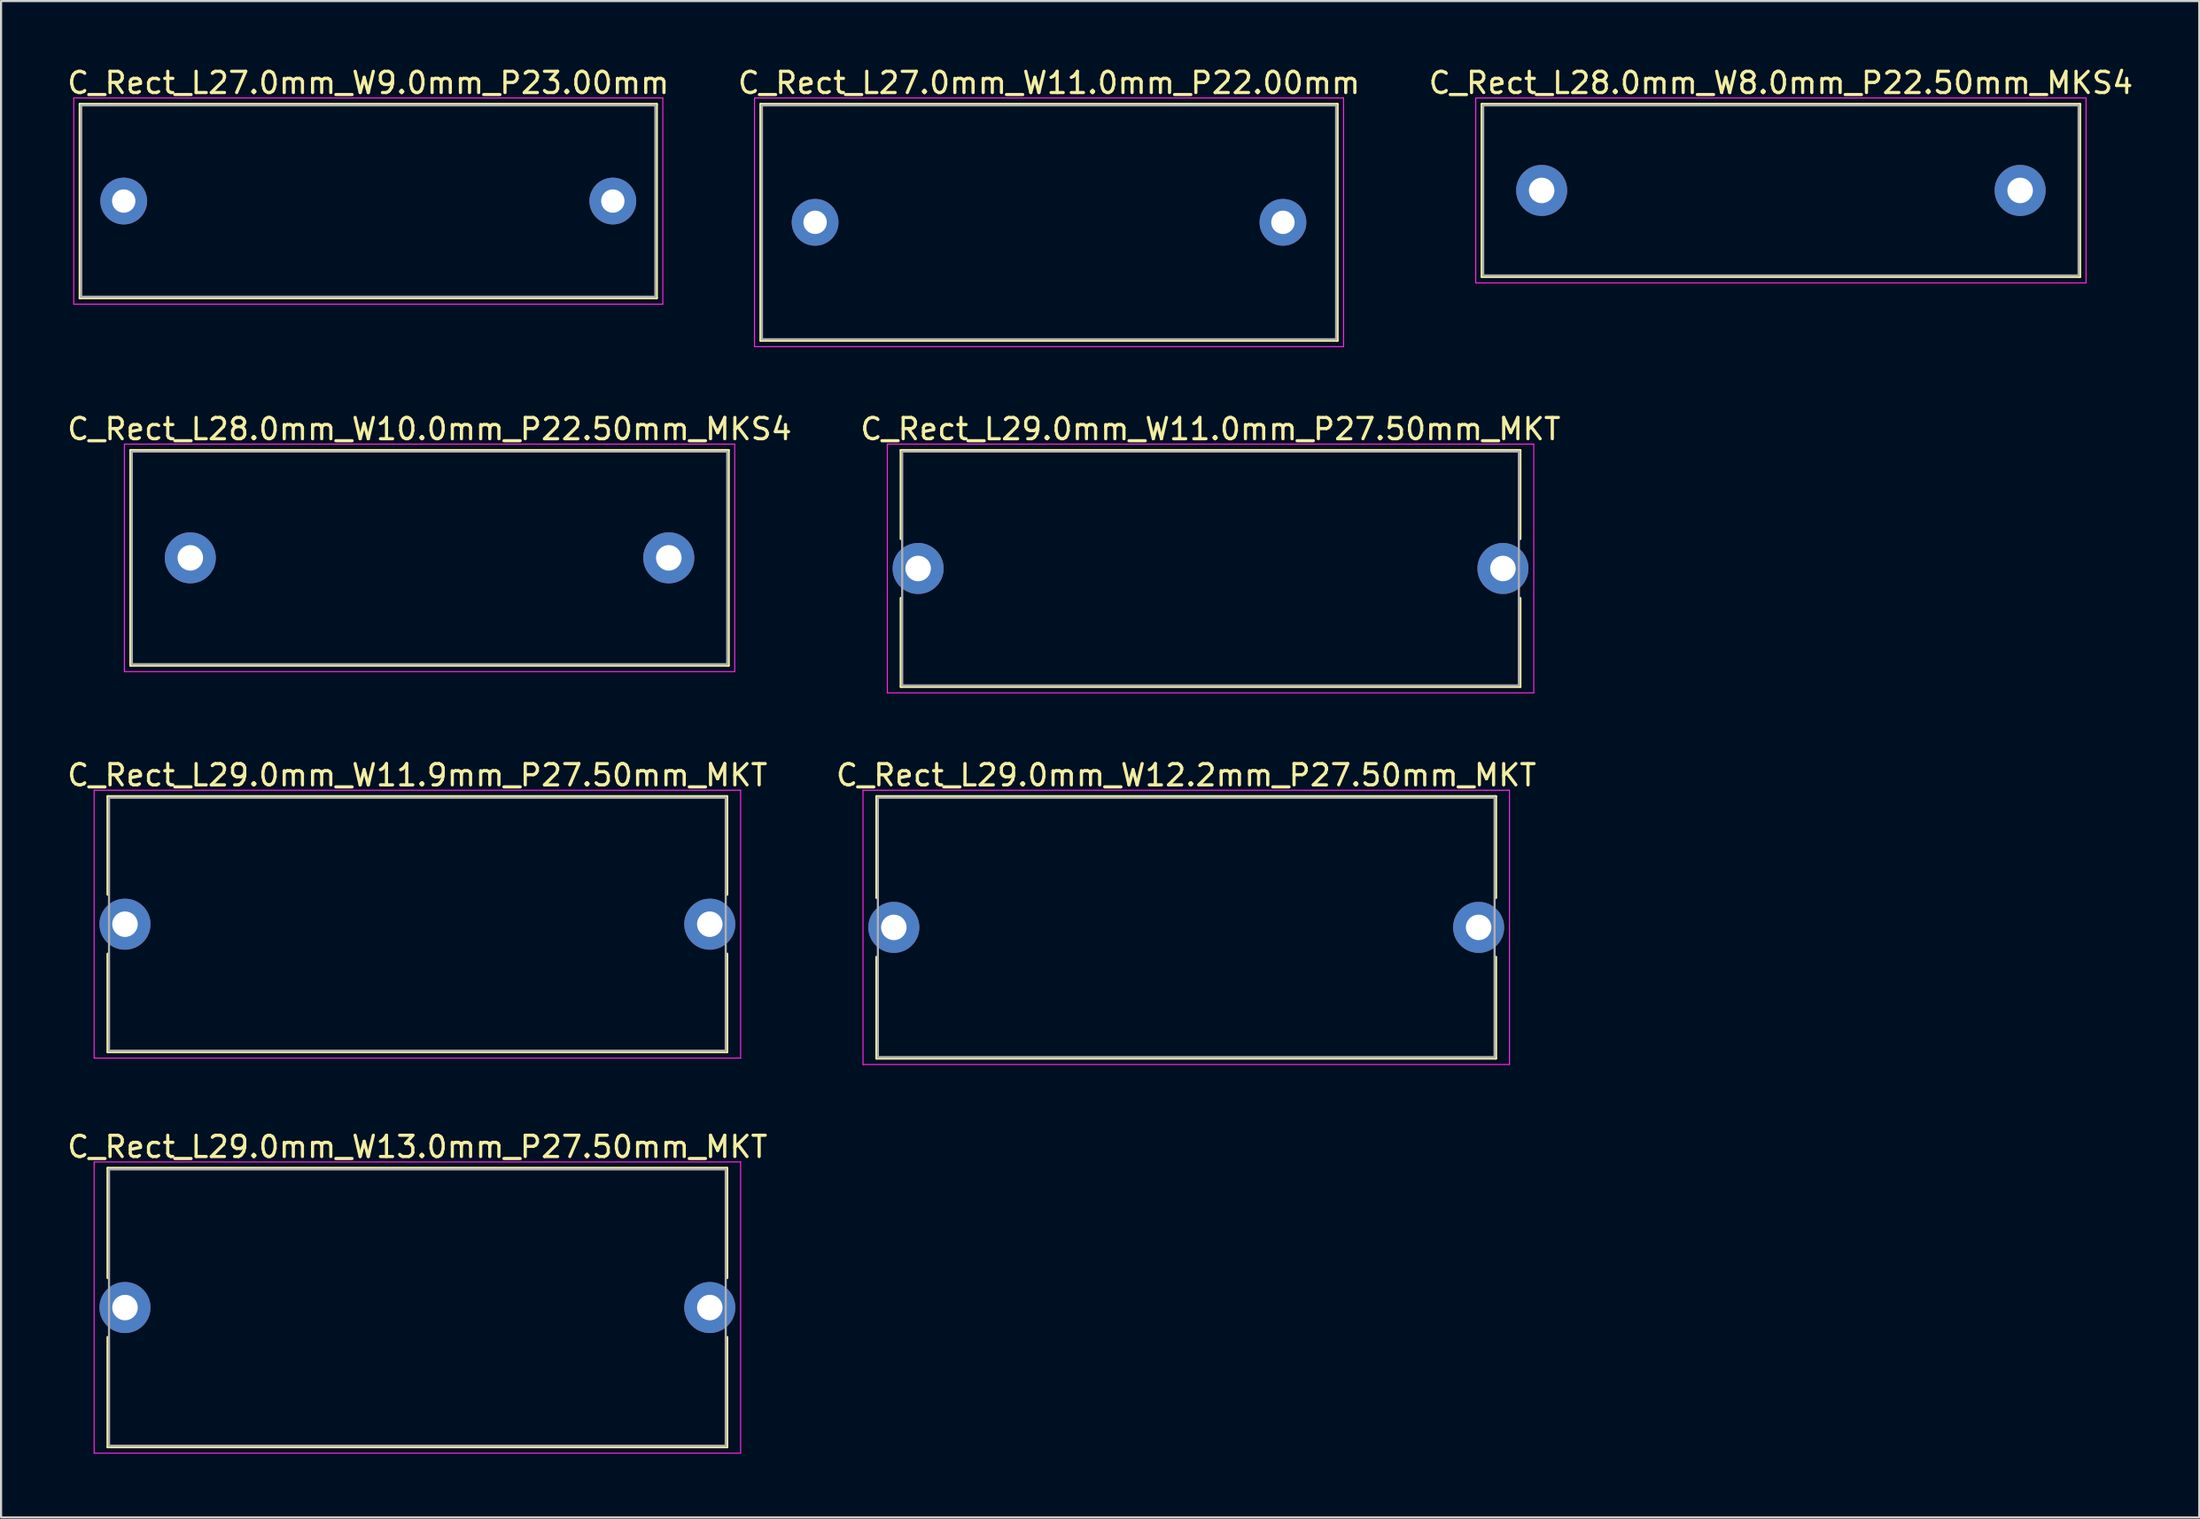
<source format=kicad_pcb>
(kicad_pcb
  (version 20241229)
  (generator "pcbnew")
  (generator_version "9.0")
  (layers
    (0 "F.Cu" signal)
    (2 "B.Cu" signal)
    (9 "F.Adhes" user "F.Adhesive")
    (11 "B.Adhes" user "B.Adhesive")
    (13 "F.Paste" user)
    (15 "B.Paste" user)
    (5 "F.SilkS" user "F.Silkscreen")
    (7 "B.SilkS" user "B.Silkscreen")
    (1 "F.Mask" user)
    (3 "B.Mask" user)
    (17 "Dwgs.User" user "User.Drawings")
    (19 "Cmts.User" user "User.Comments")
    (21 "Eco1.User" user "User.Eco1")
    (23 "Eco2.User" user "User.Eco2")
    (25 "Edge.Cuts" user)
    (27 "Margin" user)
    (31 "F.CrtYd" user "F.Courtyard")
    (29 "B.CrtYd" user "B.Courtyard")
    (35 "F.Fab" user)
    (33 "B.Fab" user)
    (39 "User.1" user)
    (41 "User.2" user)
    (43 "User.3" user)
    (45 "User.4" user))
  (footprint "C_Rect_L29.0mm_W12.2mm_P27.50mm_MKT"
    (layer "F.Cu")
    (at 38.982 40.575)
    (property "Reference" "C_Rect_L29.0mm_W12.2mm_P27.50mm_MKT" (at 13.75 -7.16 0) (layer "F.SilkS") (effects (font (size 1 1) (thickness 0.15))))
    (attr through_hole)
    (fp_line (start -0.81 -6.16) (end -0.81 -1.395) (stroke (width 0.12) (type solid)) (layer "F.SilkS"))
    (fp_line (start -0.81 -6.16) (end 28.31 -6.16) (stroke (width 0.12) (type solid)) (layer "F.SilkS"))
    (fp_line (start -0.81 1.395) (end -0.81 6.16) (stroke (width 0.12) (type solid)) (layer "F.SilkS"))
    (fp_line (start -0.81 6.16) (end 28.31 6.16) (stroke (width 0.12) (type solid)) (layer "F.SilkS"))
    (fp_line (start 28.31 -6.16) (end 28.31 -1.395) (stroke (width 0.12) (type solid)) (layer "F.SilkS"))
    (fp_line (start 28.31 1.395) (end 28.31 6.16) (stroke (width 0.12) (type solid)) (layer "F.SilkS"))
    (fp_line (start -1.45 -6.45) (end -1.45 6.45) (stroke (width 0.05) (type solid)) (layer "F.CrtYd"))
    (fp_line (start -1.45 6.45) (end 28.95 6.45) (stroke (width 0.05) (type solid)) (layer "F.CrtYd"))
    (fp_line (start 28.95 -6.45) (end -1.45 -6.45) (stroke (width 0.05) (type solid)) (layer "F.CrtYd"))
    (fp_line (start 28.95 6.45) (end 28.95 -6.45) (stroke (width 0.05) (type solid)) (layer "F.CrtYd"))
    (fp_line (start -0.75 -6.1) (end -0.75 6.1) (stroke (width 0.1) (type solid)) (layer "F.Fab"))
    (fp_line (start -0.75 6.1) (end 28.25 6.1) (stroke (width 0.1) (type solid)) (layer "F.Fab"))
    (fp_line (start 28.25 -6.1) (end -0.75 -6.1) (stroke (width 0.1) (type solid)) (layer "F.Fab"))
    (fp_line (start 28.25 6.1) (end 28.25 -6.1) (stroke (width 0.1) (type solid)) (layer "F.Fab"))
    (pad "1" thru_hole circle (at 0 0) (size 2.4 2.4) (drill 1.2) (layers "*.Cu" "*.Mask"))
    (pad "2" thru_hole circle (at 27.5 0) (size 2.4 2.4) (drill 1.2) (layers "*.Cu" "*.Mask")))
  (footprint "C_Rect_L27.0mm_W11.0mm_P22.00mm"
    (layer "F.Cu")
    (at 35.28 7.408)
    (property "Reference" "C_Rect_L27.0mm_W11.0mm_P22.00mm" (at 11 -6.56 0) (layer "F.SilkS") (effects (font (size 1 1) (thickness 0.15))))
    (attr through_hole)
    (fp_line (start -2.56 -5.56) (end -2.56 5.56) (stroke (width 0.12) (type solid)) (layer "F.SilkS"))
    (fp_line (start -2.56 -5.56) (end 24.56 -5.56) (stroke (width 0.12) (type solid)) (layer "F.SilkS"))
    (fp_line (start -2.56 5.56) (end 24.56 5.56) (stroke (width 0.12) (type solid)) (layer "F.SilkS"))
    (fp_line (start 24.56 -5.56) (end 24.56 5.56) (stroke (width 0.12) (type solid)) (layer "F.SilkS"))
    (fp_line (start -2.85 -5.85) (end -2.85 5.85) (stroke (width 0.05) (type solid)) (layer "F.CrtYd"))
    (fp_line (start -2.85 5.85) (end 24.85 5.85) (stroke (width 0.05) (type solid)) (layer "F.CrtYd"))
    (fp_line (start 24.85 -5.85) (end -2.85 -5.85) (stroke (width 0.05) (type solid)) (layer "F.CrtYd"))
    (fp_line (start 24.85 5.85) (end 24.85 -5.85) (stroke (width 0.05) (type solid)) (layer "F.CrtYd"))
    (fp_line (start -2.5 -5.5) (end -2.5 5.5) (stroke (width 0.1) (type solid)) (layer "F.Fab"))
    (fp_line (start -2.5 5.5) (end 24.5 5.5) (stroke (width 0.1) (type solid)) (layer "F.Fab"))
    (fp_line (start 24.5 -5.5) (end -2.5 -5.5) (stroke (width 0.1) (type solid)) (layer "F.Fab"))
    (fp_line (start 24.5 5.5) (end 24.5 -5.5) (stroke (width 0.1) (type solid)) (layer "F.Fab"))
    (pad "1" thru_hole circle (at 0 0) (size 2.2 2.2) (drill 1.1) (layers "*.Cu" "*.Mask"))
    (pad "2" thru_hole circle (at 22 0) (size 2.2 2.2) (drill 1.1) (layers "*.Cu" "*.Mask")))
  (footprint "C_Rect_L28.0mm_W10.0mm_P22.50mm_MKS4"
    (layer "F.Cu")
    (at 5.899 23.192)
    (property "Reference" "C_Rect_L28.0mm_W10.0mm_P22.50mm_MKS4" (at 11.25 -6.06 0) (layer "F.SilkS") (effects (font (size 1 1) (thickness 0.15))))
    (attr through_hole)
    (fp_line (start -2.81 -5.06) (end -2.81 5.06) (stroke (width 0.12) (type solid)) (layer "F.SilkS"))
    (fp_line (start -2.81 -5.06) (end 25.31 -5.06) (stroke (width 0.12) (type solid)) (layer "F.SilkS"))
    (fp_line (start -2.81 5.06) (end 25.31 5.06) (stroke (width 0.12) (type solid)) (layer "F.SilkS"))
    (fp_line (start 25.31 -5.06) (end 25.31 5.06) (stroke (width 0.12) (type solid)) (layer "F.SilkS"))
    (fp_line (start -3.1 -5.35) (end -3.1 5.35) (stroke (width 0.05) (type solid)) (layer "F.CrtYd"))
    (fp_line (start -3.1 5.35) (end 25.6 5.35) (stroke (width 0.05) (type solid)) (layer "F.CrtYd"))
    (fp_line (start 25.6 -5.35) (end -3.1 -5.35) (stroke (width 0.05) (type solid)) (layer "F.CrtYd"))
    (fp_line (start 25.6 5.35) (end 25.6 -5.35) (stroke (width 0.05) (type solid)) (layer "F.CrtYd"))
    (fp_line (start -2.75 -5) (end -2.75 5) (stroke (width 0.1) (type solid)) (layer "F.Fab"))
    (fp_line (start -2.75 5) (end 25.25 5) (stroke (width 0.1) (type solid)) (layer "F.Fab"))
    (fp_line (start 25.25 -5) (end -2.75 -5) (stroke (width 0.1) (type solid)) (layer "F.Fab"))
    (fp_line (start 25.25 5) (end 25.25 -5) (stroke (width 0.1) (type solid)) (layer "F.Fab"))
    (pad "1" thru_hole circle (at 0 0) (size 2.4 2.4) (drill 1.2) (layers "*.Cu" "*.Mask"))
    (pad "2" thru_hole circle (at 22.5 0) (size 2.4 2.4) (drill 1.2) (layers "*.Cu" "*.Mask")))
  (footprint "C_Rect_L29.0mm_W11.0mm_P27.50mm_MKT"
    (layer "F.Cu")
    (at 40.125 23.692)
    (property "Reference" "C_Rect_L29.0mm_W11.0mm_P27.50mm_MKT" (at 13.75 -6.56 0) (layer "F.SilkS") (effects (font (size 1 1) (thickness 0.15))))
    (attr through_hole)
    (fp_line (start -0.81 -5.56) (end -0.81 -1.395) (stroke (width 0.12) (type solid)) (layer "F.SilkS"))
    (fp_line (start -0.81 -5.56) (end 28.31 -5.56) (stroke (width 0.12) (type solid)) (layer "F.SilkS"))
    (fp_line (start -0.81 1.395) (end -0.81 5.56) (stroke (width 0.12) (type solid)) (layer "F.SilkS"))
    (fp_line (start -0.81 5.56) (end 28.31 5.56) (stroke (width 0.12) (type solid)) (layer "F.SilkS"))
    (fp_line (start 28.31 -5.56) (end 28.31 -1.395) (stroke (width 0.12) (type solid)) (layer "F.SilkS"))
    (fp_line (start 28.31 1.395) (end 28.31 5.56) (stroke (width 0.12) (type solid)) (layer "F.SilkS"))
    (fp_line (start -1.45 -5.85) (end -1.45 5.85) (stroke (width 0.05) (type solid)) (layer "F.CrtYd"))
    (fp_line (start -1.45 5.85) (end 28.95 5.85) (stroke (width 0.05) (type solid)) (layer "F.CrtYd"))
    (fp_line (start 28.95 -5.85) (end -1.45 -5.85) (stroke (width 0.05) (type solid)) (layer "F.CrtYd"))
    (fp_line (start 28.95 5.85) (end 28.95 -5.85) (stroke (width 0.05) (type solid)) (layer "F.CrtYd"))
    (fp_line (start -0.75 -5.5) (end -0.75 5.5) (stroke (width 0.1) (type solid)) (layer "F.Fab"))
    (fp_line (start -0.75 5.5) (end 28.25 5.5) (stroke (width 0.1) (type solid)) (layer "F.Fab"))
    (fp_line (start 28.25 -5.5) (end -0.75 -5.5) (stroke (width 0.1) (type solid)) (layer "F.Fab"))
    (fp_line (start 28.25 5.5) (end 28.25 -5.5) (stroke (width 0.1) (type solid)) (layer "F.Fab"))
    (pad "1" thru_hole circle (at 0 0) (size 2.4 2.4) (drill 1.2) (layers "*.Cu" "*.Mask"))
    (pad "2" thru_hole circle (at 27.5 0) (size 2.4 2.4) (drill 1.2) (layers "*.Cu" "*.Mask")))
  (footprint "C_Rect_L29.0mm_W11.9mm_P27.50mm_MKT"
    (layer "F.Cu")
    (at 2.827 40.425)
    (property "Reference" "C_Rect_L29.0mm_W11.9mm_P27.50mm_MKT" (at 13.75 -7.01 0) (layer "F.SilkS") (effects (font (size 1 1) (thickness 0.15))))
    (attr through_hole)
    (fp_line (start -0.81 -6.01) (end -0.81 -1.395) (stroke (width 0.12) (type solid)) (layer "F.SilkS"))
    (fp_line (start -0.81 -6.01) (end 28.31 -6.01) (stroke (width 0.12) (type solid)) (layer "F.SilkS"))
    (fp_line (start -0.81 1.395) (end -0.81 6.01) (stroke (width 0.12) (type solid)) (layer "F.SilkS"))
    (fp_line (start -0.81 6.01) (end 28.31 6.01) (stroke (width 0.12) (type solid)) (layer "F.SilkS"))
    (fp_line (start 28.31 -6.01) (end 28.31 -1.395) (stroke (width 0.12) (type solid)) (layer "F.SilkS"))
    (fp_line (start 28.31 1.395) (end 28.31 6.01) (stroke (width 0.12) (type solid)) (layer "F.SilkS"))
    (fp_line (start -1.45 -6.3) (end -1.45 6.3) (stroke (width 0.05) (type solid)) (layer "F.CrtYd"))
    (fp_line (start -1.45 6.3) (end 28.95 6.3) (stroke (width 0.05) (type solid)) (layer "F.CrtYd"))
    (fp_line (start 28.95 -6.3) (end -1.45 -6.3) (stroke (width 0.05) (type solid)) (layer "F.CrtYd"))
    (fp_line (start 28.95 6.3) (end 28.95 -6.3) (stroke (width 0.05) (type solid)) (layer "F.CrtYd"))
    (fp_line (start -0.75 -5.95) (end -0.75 5.95) (stroke (width 0.1) (type solid)) (layer "F.Fab"))
    (fp_line (start -0.75 5.95) (end 28.25 5.95) (stroke (width 0.1) (type solid)) (layer "F.Fab"))
    (fp_line (start 28.25 -5.95) (end -0.75 -5.95) (stroke (width 0.1) (type solid)) (layer "F.Fab"))
    (fp_line (start 28.25 5.95) (end 28.25 -5.95) (stroke (width 0.1) (type solid)) (layer "F.Fab"))
    (pad "1" thru_hole circle (at 0 0) (size 2.4 2.4) (drill 1.2) (layers "*.Cu" "*.Mask"))
    (pad "2" thru_hole circle (at 27.5 0) (size 2.4 2.4) (drill 1.2) (layers "*.Cu" "*.Mask")))
  (footprint "C_Rect_L28.0mm_W8.0mm_P22.50mm_MKS4"
    (layer "F.Cu")
    (at 69.446 5.908)
    (property "Reference" "C_Rect_L28.0mm_W8.0mm_P22.50mm_MKS4" (at 11.25 -5.06 0) (layer "F.SilkS") (effects (font (size 1 1) (thickness 0.15))))
    (attr through_hole)
    (fp_line (start -2.81 -4.06) (end -2.81 4.06) (stroke (width 0.12) (type solid)) (layer "F.SilkS"))
    (fp_line (start -2.81 -4.06) (end 25.31 -4.06) (stroke (width 0.12) (type solid)) (layer "F.SilkS"))
    (fp_line (start -2.81 4.06) (end 25.31 4.06) (stroke (width 0.12) (type solid)) (layer "F.SilkS"))
    (fp_line (start 25.31 -4.06) (end 25.31 4.06) (stroke (width 0.12) (type solid)) (layer "F.SilkS"))
    (fp_line (start -3.1 -4.35) (end -3.1 4.35) (stroke (width 0.05) (type solid)) (layer "F.CrtYd"))
    (fp_line (start -3.1 4.35) (end 25.6 4.35) (stroke (width 0.05) (type solid)) (layer "F.CrtYd"))
    (fp_line (start 25.6 -4.35) (end -3.1 -4.35) (stroke (width 0.05) (type solid)) (layer "F.CrtYd"))
    (fp_line (start 25.6 4.35) (end 25.6 -4.35) (stroke (width 0.05) (type solid)) (layer "F.CrtYd"))
    (fp_line (start -2.75 -4) (end -2.75 4) (stroke (width 0.1) (type solid)) (layer "F.Fab"))
    (fp_line (start -2.75 4) (end 25.25 4) (stroke (width 0.1) (type solid)) (layer "F.Fab"))
    (fp_line (start 25.25 -4) (end -2.75 -4) (stroke (width 0.1) (type solid)) (layer "F.Fab"))
    (fp_line (start 25.25 4) (end 25.25 -4) (stroke (width 0.1) (type solid)) (layer "F.Fab"))
    (pad "1" thru_hole circle (at 0 0) (size 2.4 2.4) (drill 1.2) (layers "*.Cu" "*.Mask"))
    (pad "2" thru_hole circle (at 22.5 0) (size 2.4 2.4) (drill 1.2) (layers "*.Cu" "*.Mask")))
  (footprint "C_Rect_L27.0mm_W9.0mm_P23.00mm"
    (layer "F.Cu")
    (at 2.768 6.408)
    (property "Reference" "C_Rect_L27.0mm_W9.0mm_P23.00mm" (at 11.5 -5.56 0) (layer "F.SilkS") (effects (font (size 1 1) (thickness 0.15))))
    (attr through_hole)
    (fp_line (start -2.06 -4.56) (end -2.06 4.56) (stroke (width 0.12) (type solid)) (layer "F.SilkS"))
    (fp_line (start -2.06 -4.56) (end 25.06 -4.56) (stroke (width 0.12) (type solid)) (layer "F.SilkS"))
    (fp_line (start -2.06 4.56) (end 25.06 4.56) (stroke (width 0.12) (type solid)) (layer "F.SilkS"))
    (fp_line (start 25.06 -4.56) (end 25.06 4.56) (stroke (width 0.12) (type solid)) (layer "F.SilkS"))
    (fp_line (start -2.35 -4.85) (end -2.35 4.85) (stroke (width 0.05) (type solid)) (layer "F.CrtYd"))
    (fp_line (start -2.35 4.85) (end 25.35 4.85) (stroke (width 0.05) (type solid)) (layer "F.CrtYd"))
    (fp_line (start 25.35 -4.85) (end -2.35 -4.85) (stroke (width 0.05) (type solid)) (layer "F.CrtYd"))
    (fp_line (start 25.35 4.85) (end 25.35 -4.85) (stroke (width 0.05) (type solid)) (layer "F.CrtYd"))
    (fp_line (start -2 -4.5) (end -2 4.5) (stroke (width 0.1) (type solid)) (layer "F.Fab"))
    (fp_line (start -2 4.5) (end 25 4.5) (stroke (width 0.1) (type solid)) (layer "F.Fab"))
    (fp_line (start 25 -4.5) (end -2 -4.5) (stroke (width 0.1) (type solid)) (layer "F.Fab"))
    (fp_line (start 25 4.5) (end 25 -4.5) (stroke (width 0.1) (type solid)) (layer "F.Fab"))
    (pad "1" thru_hole circle (at 0 0) (size 2.2 2.2) (drill 1.1) (layers "*.Cu" "*.Mask"))
    (pad "2" thru_hole circle (at 23 0) (size 2.2 2.2) (drill 1.1) (layers "*.Cu" "*.Mask")))
  (footprint "C_Rect_L29.0mm_W13.0mm_P27.50mm_MKT"
    (layer "F.Cu")
    (at 2.827 58.458)
    (property "Reference" "C_Rect_L29.0mm_W13.0mm_P27.50mm_MKT" (at 13.75 -7.56 0) (layer "F.SilkS") (effects (font (size 1 1) (thickness 0.15))))
    (attr through_hole)
    (fp_line (start -0.81 -6.56) (end -0.81 -1.395) (stroke (width 0.12) (type solid)) (layer "F.SilkS"))
    (fp_line (start -0.81 -6.56) (end 28.31 -6.56) (stroke (width 0.12) (type solid)) (layer "F.SilkS"))
    (fp_line (start -0.81 1.395) (end -0.81 6.56) (stroke (width 0.12) (type solid)) (layer "F.SilkS"))
    (fp_line (start -0.81 6.56) (end 28.31 6.56) (stroke (width 0.12) (type solid)) (layer "F.SilkS"))
    (fp_line (start 28.31 -6.56) (end 28.31 -1.395) (stroke (width 0.12) (type solid)) (layer "F.SilkS"))
    (fp_line (start 28.31 1.395) (end 28.31 6.56) (stroke (width 0.12) (type solid)) (layer "F.SilkS"))
    (fp_line (start -1.45 -6.85) (end -1.45 6.85) (stroke (width 0.05) (type solid)) (layer "F.CrtYd"))
    (fp_line (start -1.45 6.85) (end 28.95 6.85) (stroke (width 0.05) (type solid)) (layer "F.CrtYd"))
    (fp_line (start 28.95 -6.85) (end -1.45 -6.85) (stroke (width 0.05) (type solid)) (layer "F.CrtYd"))
    (fp_line (start 28.95 6.85) (end 28.95 -6.85) (stroke (width 0.05) (type solid)) (layer "F.CrtYd"))
    (fp_line (start -0.75 -6.5) (end -0.75 6.5) (stroke (width 0.1) (type solid)) (layer "F.Fab"))
    (fp_line (start -0.75 6.5) (end 28.25 6.5) (stroke (width 0.1) (type solid)) (layer "F.Fab"))
    (fp_line (start 28.25 -6.5) (end -0.75 -6.5) (stroke (width 0.1) (type solid)) (layer "F.Fab"))
    (fp_line (start 28.25 6.5) (end 28.25 -6.5) (stroke (width 0.1) (type solid)) (layer "F.Fab"))
    (pad "1" thru_hole circle (at 0 0) (size 2.4 2.4) (drill 1.2) (layers "*.Cu" "*.Mask"))
    (pad "2" thru_hole circle (at 27.5 0) (size 2.4 2.4) (drill 1.2) (layers "*.Cu" "*.Mask")))
  (gr_rect
    (start -3 -3)
    (end 100.369 68.333)
    (stroke (width 0.1) (type default))
    (fill no)
    (layer "Edge.Cuts")))
</source>
